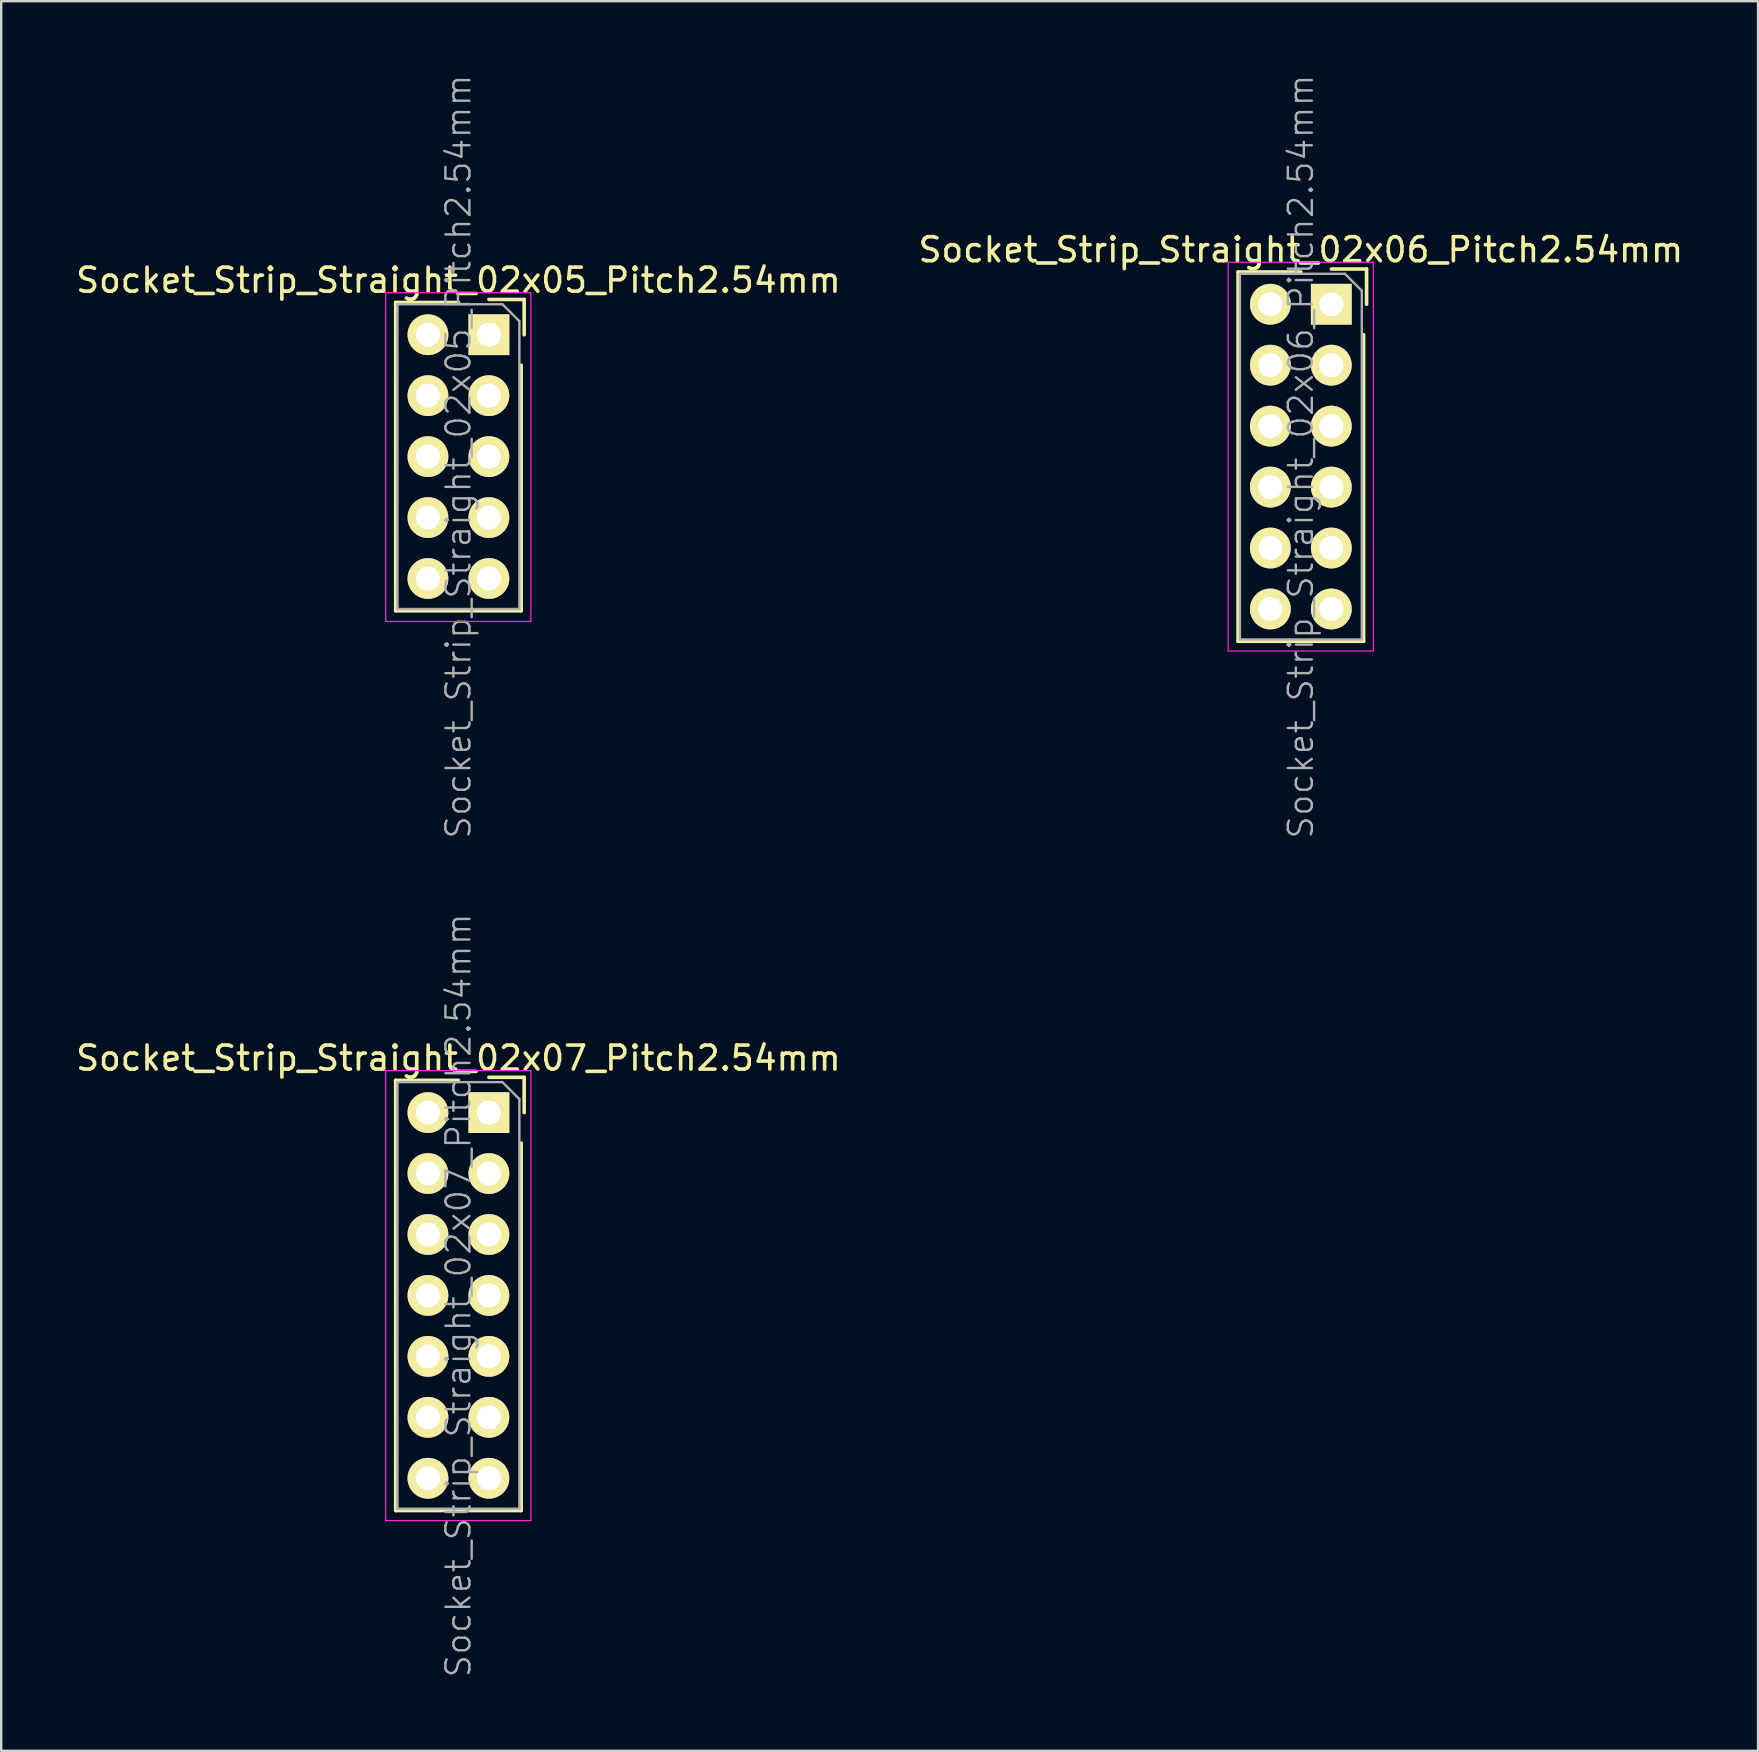
<source format=kicad_pcb>
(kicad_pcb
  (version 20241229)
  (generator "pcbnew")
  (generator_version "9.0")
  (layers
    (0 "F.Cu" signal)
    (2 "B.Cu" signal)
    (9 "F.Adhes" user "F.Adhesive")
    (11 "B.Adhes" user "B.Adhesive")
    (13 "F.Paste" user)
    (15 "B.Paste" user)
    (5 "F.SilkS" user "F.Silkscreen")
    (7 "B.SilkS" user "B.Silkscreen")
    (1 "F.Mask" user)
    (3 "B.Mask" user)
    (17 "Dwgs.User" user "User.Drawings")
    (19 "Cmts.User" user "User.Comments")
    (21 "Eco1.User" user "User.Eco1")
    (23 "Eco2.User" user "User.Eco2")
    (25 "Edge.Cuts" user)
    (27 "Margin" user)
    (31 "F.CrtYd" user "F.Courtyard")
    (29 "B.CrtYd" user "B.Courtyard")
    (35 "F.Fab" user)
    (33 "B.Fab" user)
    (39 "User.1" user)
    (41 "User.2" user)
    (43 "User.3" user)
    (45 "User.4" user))
  (footprint "Socket_Strip_Straight_02x06_Pitch2.54mm"
    (layer "F.Cu")
    (at 52.431 9.629)
    (property "Reference" "Socket_Strip_Straight_02x06_Pitch2.54mm" (at -1.27 -2.27 0) (layer "F.SilkS") (effects (font (size 1 1) (thickness 0.15))))
    (attr smd)
    (fp_line (start -3.885 -1.345) (end -3.885 14.045) (stroke (width 0.15) (type solid)) (layer "F.SilkS"))
    (fp_line (start -1.27 -1.345) (end -3.885 -1.345) (stroke (width 0.15) (type solid)) (layer "F.SilkS"))
    (fp_line (start 1.345 1.27) (end 1.345 14.045) (stroke (width 0.15) (type solid)) (layer "F.SilkS"))
    (fp_line (start 1.345 14.045) (end -3.885 14.045) (stroke (width 0.15) (type solid)) (layer "F.SilkS"))
    (fp_line (start 1.47 -1.47) (end 0 -1.47) (stroke (width 0.15) (type solid)) (layer "F.SilkS"))
    (fp_line (start 1.47 -1.47) (end 1.47 0) (stroke (width 0.15) (type solid)) (layer "F.SilkS"))
    (fp_line (start -4.3 -1.75) (end -4.3 14.45) (stroke (width 0.05) (type solid)) (layer "F.CrtYd"))
    (fp_line (start 1.75 -1.75) (end -4.3 -1.75) (stroke (width 0.05) (type solid)) (layer "F.CrtYd"))
    (fp_line (start 1.75 -1.75) (end 1.75 14.45) (stroke (width 0.05) (type solid)) (layer "F.CrtYd"))
    (fp_line (start 1.75 14.45) (end -4.3 14.45) (stroke (width 0.05) (type solid)) (layer "F.CrtYd"))
    (fp_line (start -3.81 -1.27) (end 0.563 -1.27) (stroke (width 0.1) (type solid)) (layer "F.Fab"))
    (fp_line (start -3.81 13.97) (end -3.81 -1.27) (stroke (width 0.1) (type solid)) (layer "F.Fab"))
    (fp_line (start -3.81 13.97) (end 1.27 13.97) (stroke (width 0.1) (type solid)) (layer "F.Fab"))
    (fp_line (start 1.27 -0.563) (end 0.563 -1.27) (stroke (width 0.1) (type solid)) (layer "F.Fab"))
    (fp_line (start 1.27 13.97) (end 1.27 -0.563) (stroke (width 0.1) (type solid)) (layer "F.Fab"))
    (fp_text user "${REFERENCE}" (at -1.27 6.35 90) (layer "F.Fab") (effects (font (size 1 1) (thickness 0.1))))
    (pad "1" thru_hole rect (at 0 0) (size 1.7 1.7) (drill 1) (layers "*.Cu" "*.Mask" "F.SilkS"))
    (pad "2" thru_hole oval (at -2.54 0) (size 1.7 1.7) (drill 1) (layers "*.Cu" "*.Mask" "F.SilkS"))
    (pad "3" thru_hole oval (at 0 2.54) (size 1.7 1.7) (drill 1) (layers "*.Cu" "*.Mask" "F.SilkS"))
    (pad "4" thru_hole oval (at -2.54 2.54) (size 1.7 1.7) (drill 1) (layers "*.Cu" "*.Mask" "F.SilkS"))
    (pad "5" thru_hole oval (at 0 5.08) (size 1.7 1.7) (drill 1) (layers "*.Cu" "*.Mask" "F.SilkS"))
    (pad "6" thru_hole oval (at -2.54 5.08) (size 1.7 1.7) (drill 1) (layers "*.Cu" "*.Mask" "F.SilkS"))
    (pad "7" thru_hole oval (at 0 7.62) (size 1.7 1.7) (drill 1) (layers "*.Cu" "*.Mask" "F.SilkS"))
    (pad "8" thru_hole oval (at -2.54 7.62) (size 1.7 1.7) (drill 1) (layers "*.Cu" "*.Mask" "F.SilkS"))
    (pad "9" thru_hole oval (at 0 10.16) (size 1.7 1.7) (drill 1) (layers "*.Cu" "*.Mask" "F.SilkS"))
    (pad "10" thru_hole oval (at -2.54 10.16) (size 1.7 1.7) (drill 1) (layers "*.Cu" "*.Mask" "F.SilkS"))
    (pad "11" thru_hole oval (at 0 12.7) (size 1.7 1.7) (drill 1) (layers "*.Cu" "*.Mask" "F.SilkS"))
    (pad "12" thru_hole oval (at -2.54 12.7) (size 1.7 1.7) (drill 1) (layers "*.Cu" "*.Mask" "F.SilkS")))
  (footprint "Socket_Strip_Straight_02x05_Pitch2.54mm"
    (layer "F.Cu")
    (at 17.324 10.899)
    (property "Reference" "Socket_Strip_Straight_02x05_Pitch2.54mm" (at -1.27 -2.27 0) (layer "F.SilkS") (effects (font (size 1 1) (thickness 0.15))))
    (attr smd)
    (fp_line (start -3.885 -1.345) (end -3.885 11.505) (stroke (width 0.15) (type solid)) (layer "F.SilkS"))
    (fp_line (start -1.27 -1.345) (end -3.885 -1.345) (stroke (width 0.15) (type solid)) (layer "F.SilkS"))
    (fp_line (start 1.345 1.27) (end 1.345 11.505) (stroke (width 0.15) (type solid)) (layer "F.SilkS"))
    (fp_line (start 1.345 11.505) (end -3.885 11.505) (stroke (width 0.15) (type solid)) (layer "F.SilkS"))
    (fp_line (start 1.47 -1.47) (end 0 -1.47) (stroke (width 0.15) (type solid)) (layer "F.SilkS"))
    (fp_line (start 1.47 -1.47) (end 1.47 0) (stroke (width 0.15) (type solid)) (layer "F.SilkS"))
    (fp_line (start -4.3 -1.75) (end -4.3 11.95) (stroke (width 0.05) (type solid)) (layer "F.CrtYd"))
    (fp_line (start 1.75 -1.75) (end -4.3 -1.75) (stroke (width 0.05) (type solid)) (layer "F.CrtYd"))
    (fp_line (start 1.75 -1.75) (end 1.75 11.95) (stroke (width 0.05) (type solid)) (layer "F.CrtYd"))
    (fp_line (start 1.75 11.95) (end -4.3 11.95) (stroke (width 0.05) (type solid)) (layer "F.CrtYd"))
    (fp_line (start -3.81 -1.27) (end 0.563 -1.27) (stroke (width 0.1) (type solid)) (layer "F.Fab"))
    (fp_line (start -3.81 11.43) (end -3.81 -1.27) (stroke (width 0.1) (type solid)) (layer "F.Fab"))
    (fp_line (start -3.81 11.43) (end 1.27 11.43) (stroke (width 0.1) (type solid)) (layer "F.Fab"))
    (fp_line (start 1.27 -0.563) (end 0.563 -1.27) (stroke (width 0.1) (type solid)) (layer "F.Fab"))
    (fp_line (start 1.27 11.43) (end 1.27 -0.563) (stroke (width 0.1) (type solid)) (layer "F.Fab"))
    (fp_text user "${REFERENCE}" (at -1.27 5.08 90) (layer "F.Fab") (effects (font (size 1 1) (thickness 0.1))))
    (pad "1" thru_hole rect (at 0 0) (size 1.7 1.7) (drill 1) (layers "*.Cu" "*.Mask" "F.SilkS"))
    (pad "2" thru_hole oval (at -2.54 0) (size 1.7 1.7) (drill 1) (layers "*.Cu" "*.Mask" "F.SilkS"))
    (pad "3" thru_hole oval (at 0 2.54) (size 1.7 1.7) (drill 1) (layers "*.Cu" "*.Mask" "F.SilkS"))
    (pad "4" thru_hole oval (at -2.54 2.54) (size 1.7 1.7) (drill 1) (layers "*.Cu" "*.Mask" "F.SilkS"))
    (pad "5" thru_hole oval (at 0 5.08) (size 1.7 1.7) (drill 1) (layers "*.Cu" "*.Mask" "F.SilkS"))
    (pad "6" thru_hole oval (at -2.54 5.08) (size 1.7 1.7) (drill 1) (layers "*.Cu" "*.Mask" "F.SilkS"))
    (pad "7" thru_hole oval (at 0 7.62) (size 1.7 1.7) (drill 1) (layers "*.Cu" "*.Mask" "F.SilkS"))
    (pad "8" thru_hole oval (at -2.54 7.62) (size 1.7 1.7) (drill 1) (layers "*.Cu" "*.Mask" "F.SilkS"))
    (pad "9" thru_hole oval (at 0 10.16) (size 1.7 1.7) (drill 1) (layers "*.Cu" "*.Mask" "F.SilkS"))
    (pad "10" thru_hole oval (at -2.54 10.16) (size 1.7 1.7) (drill 1) (layers "*.Cu" "*.Mask" "F.SilkS")))
  (footprint "Socket_Strip_Straight_02x07_Pitch2.54mm"
    (layer "F.Cu")
    (at 17.324 43.316)
    (property "Reference" "Socket_Strip_Straight_02x07_Pitch2.54mm" (at -1.27 -2.27 0) (layer "F.SilkS") (effects (font (size 1 1) (thickness 0.15))))
    (attr smd)
    (fp_line (start -3.885 -1.345) (end -3.885 16.585) (stroke (width 0.15) (type solid)) (layer "F.SilkS"))
    (fp_line (start -1.27 -1.345) (end -3.885 -1.345) (stroke (width 0.15) (type solid)) (layer "F.SilkS"))
    (fp_line (start 1.345 1.27) (end 1.345 16.585) (stroke (width 0.15) (type solid)) (layer "F.SilkS"))
    (fp_line (start 1.345 16.585) (end -3.885 16.585) (stroke (width 0.15) (type solid)) (layer "F.SilkS"))
    (fp_line (start 1.47 -1.47) (end 0 -1.47) (stroke (width 0.15) (type solid)) (layer "F.SilkS"))
    (fp_line (start 1.47 -1.47) (end 1.47 0) (stroke (width 0.15) (type solid)) (layer "F.SilkS"))
    (fp_line (start -4.3 -1.75) (end -4.3 17) (stroke (width 0.05) (type solid)) (layer "F.CrtYd"))
    (fp_line (start 1.75 -1.75) (end -4.3 -1.75) (stroke (width 0.05) (type solid)) (layer "F.CrtYd"))
    (fp_line (start 1.75 -1.75) (end 1.75 17) (stroke (width 0.05) (type solid)) (layer "F.CrtYd"))
    (fp_line (start 1.75 17) (end -4.3 17) (stroke (width 0.05) (type solid)) (layer "F.CrtYd"))
    (fp_line (start -3.81 -1.27) (end 0.563 -1.27) (stroke (width 0.1) (type solid)) (layer "F.Fab"))
    (fp_line (start -3.81 16.51) (end -3.81 -1.27) (stroke (width 0.1) (type solid)) (layer "F.Fab"))
    (fp_line (start -3.81 16.51) (end 1.27 16.51) (stroke (width 0.1) (type solid)) (layer "F.Fab"))
    (fp_line (start 1.27 -0.563) (end 0.563 -1.27) (stroke (width 0.1) (type solid)) (layer "F.Fab"))
    (fp_line (start 1.27 16.51) (end 1.27 -0.563) (stroke (width 0.1) (type solid)) (layer "F.Fab"))
    (fp_text user "${REFERENCE}" (at -1.27 7.62 90) (layer "F.Fab") (effects (font (size 1 1) (thickness 0.1))))
    (pad "1" thru_hole rect (at 0 0) (size 1.7 1.7) (drill 1) (layers "*.Cu" "*.Mask" "F.SilkS"))
    (pad "2" thru_hole oval (at -2.54 0) (size 1.7 1.7) (drill 1) (layers "*.Cu" "*.Mask" "F.SilkS"))
    (pad "3" thru_hole oval (at 0 2.54) (size 1.7 1.7) (drill 1) (layers "*.Cu" "*.Mask" "F.SilkS"))
    (pad "4" thru_hole oval (at -2.54 2.54) (size 1.7 1.7) (drill 1) (layers "*.Cu" "*.Mask" "F.SilkS"))
    (pad "5" thru_hole oval (at 0 5.08) (size 1.7 1.7) (drill 1) (layers "*.Cu" "*.Mask" "F.SilkS"))
    (pad "6" thru_hole oval (at -2.54 5.08) (size 1.7 1.7) (drill 1) (layers "*.Cu" "*.Mask" "F.SilkS"))
    (pad "7" thru_hole oval (at 0 7.62) (size 1.7 1.7) (drill 1) (layers "*.Cu" "*.Mask" "F.SilkS"))
    (pad "8" thru_hole oval (at -2.54 7.62) (size 1.7 1.7) (drill 1) (layers "*.Cu" "*.Mask" "F.SilkS"))
    (pad "9" thru_hole oval (at 0 10.16) (size 1.7 1.7) (drill 1) (layers "*.Cu" "*.Mask" "F.SilkS"))
    (pad "10" thru_hole oval (at -2.54 10.16) (size 1.7 1.7) (drill 1) (layers "*.Cu" "*.Mask" "F.SilkS"))
    (pad "11" thru_hole oval (at 0 12.7) (size 1.7 1.7) (drill 1) (layers "*.Cu" "*.Mask" "F.SilkS"))
    (pad "12" thru_hole oval (at -2.54 12.7) (size 1.7 1.7) (drill 1) (layers "*.Cu" "*.Mask" "F.SilkS"))
    (pad "13" thru_hole oval (at 0 15.24) (size 1.7 1.7) (drill 1) (layers "*.Cu" "*.Mask" "F.SilkS"))
    (pad "14" thru_hole oval (at -2.54 15.24) (size 1.7 1.7) (drill 1) (layers "*.Cu" "*.Mask" "F.SilkS")))
  (gr_rect
    (start -3 -3)
    (end 70.214 69.914)
    (stroke (width 0.1) (type default))
    (fill no)
    (layer "Edge.Cuts")))
</source>
